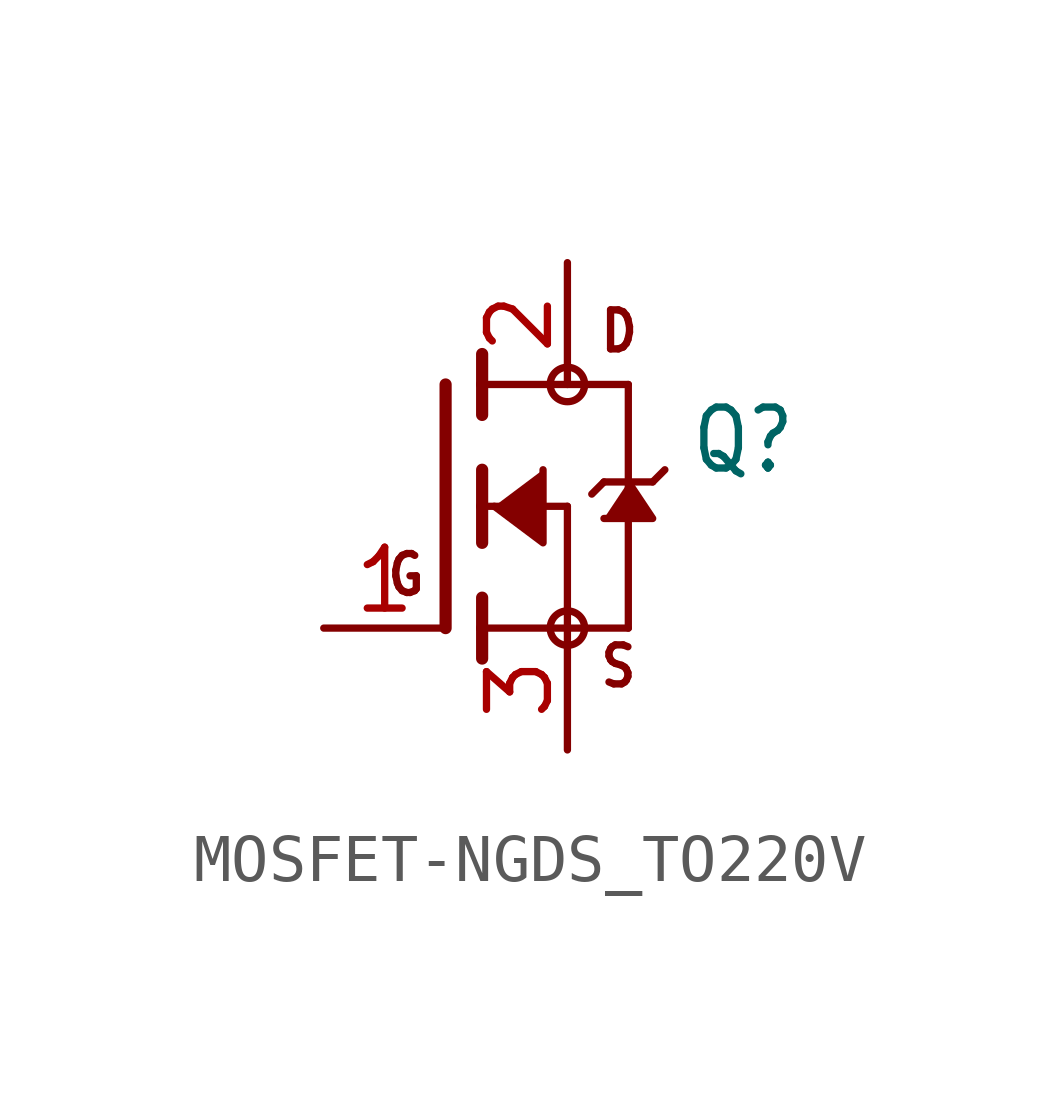
<source format=kicad_sym>
(kicad_symbol_lib
  (version 20231120)
  (generator "kicad_symbol_editor")
  (generator_version "8.0")
  (symbol "MOSFET-NGDS_TO220V"
    (property "Reference" "Q"
      (at 5.08 0.635 0)
      (effects (font (size 1.27 1.079)) (justify left bottom)))
    (property "Value" ""
      (at 5.08 -1.27 0)
      (effects (font (size 1.27 1.079)) (justify left bottom)))
    (property "ki_locked" ""
      (at 0 0 0)
      (effects (font (size 1.27 1.27))))
    (symbol "MOSFET-NGDS_TO220V_1_0"
      (polyline (pts (xy 0 2.54) (xy 0 -2.54)) (stroke (width 0.254) (type solid)) (fill (type none)))
      (polyline (pts (xy 0.762 -2.54) (xy 0.762 -3.175)) (stroke (width 0.254) (type solid)) (fill (type none)))
      (polyline (pts (xy 0.762 -1.905) (xy 0.762 -2.54)) (stroke (width 0.254) (type solid)) (fill (type none)))
      (polyline (pts (xy 0.762 0) (xy 0.762 -0.762)) (stroke (width 0.254) (type solid)) (fill (type none)))
      (polyline (pts (xy 0.762 0) (xy 2.54 0)) (stroke (width 0.152) (type solid)) (fill (type none)))
      (polyline (pts (xy 0.762 0.762) (xy 0.762 0)) (stroke (width 0.254) (type solid)) (fill (type none)))
      (polyline (pts (xy 0.762 2.54) (xy 0.762 1.905)) (stroke (width 0.254) (type solid)) (fill (type none)))
      (polyline (pts (xy 0.762 2.54) (xy 3.81 2.54)) (stroke (width 0.152) (type solid)) (fill (type none)))
      (polyline (pts (xy 0.762 3.175) (xy 0.762 2.54)) (stroke (width 0.254) (type solid)) (fill (type none)))
      (polyline (pts (xy 2.54 -2.54) (xy 0.762 -2.54)) (stroke (width 0.152) (type solid)) (fill (type none)))
      (polyline (pts (xy 2.54 -2.54) (xy 3.81 -2.54)) (stroke (width 0.152) (type solid)) (fill (type none)))
      (polyline (pts (xy 2.54 0) (xy 2.54 -2.54)) (stroke (width 0.152) (type solid)) (fill (type none)))
      (polyline (pts (xy 3.302 0.508) (xy 3.048 0.254)) (stroke (width 0.152) (type solid)) (fill (type none)))
      (polyline (pts (xy 3.81 0.508) (xy 3.302 0.508)) (stroke (width 0.152) (type solid)) (fill (type none)))
      (polyline (pts (xy 3.81 0.508) (xy 3.81 -2.54)) (stroke (width 0.152) (type solid)) (fill (type none)))
      (polyline (pts (xy 3.81 2.54) (xy 3.81 0.508)) (stroke (width 0.152) (type solid)) (fill (type none)))
      (polyline (pts (xy 4.318 0.508) (xy 3.81 0.508)) (stroke (width 0.152) (type solid)) (fill (type none)))
      (polyline (pts (xy 4.572 0.762) (xy 4.318 0.508)) (stroke (width 0.152) (type solid)) (fill (type none)))
      (polyline (pts (xy 1.016 0) (xy 2.032 -0.762) (xy 2.032 0.762)) (stroke (width 0.152) (type solid)) (fill (type outline)))
      (polyline (pts (xy 3.302 -0.254) (xy 4.318 -0.254) (xy 3.81 0.508)) (stroke (width 0.152) (type solid)) (fill (type outline)))
      (circle (center 2.54 -2.54) (radius 0.359) (stroke (width 0) (type solid)) (fill (type none)))
      (circle (center 2.54 2.54) (radius 0.359) (stroke (width 0) (type solid)) (fill (type none)))
      (text "D" (at 3.175 3.175 0) (effects (font (size 0.813 0.691)) (justify left bottom)))
      (text "G" (at -1.27 -1.905 0) (effects (font (size 0.813 0.691)) (justify left bottom)))
      (text "S" (at 3.175 -3.81 0) (effects (font (size 0.813 0.691)) (justify left bottom)))
      (pin bidirectional line (at -2.54 -2.54 0) (length 2.54) (name "G" (effects (font (size 0 0)))) (number "1" (effects (font (size 1.27 1.27)))))
      (pin bidirectional line (at 2.54 5.08 270) (length 2.54) (name "D" (effects (font (size 0 0)))) (number "2" (effects (font (size 1.27 1.27)))))
      (pin bidirectional line (at 2.54 -5.08 90) (length 2.54) (name "S" (effects (font (size 0 0)))) (number "3" (effects (font (size 1.27 1.27))))))))
</source>
